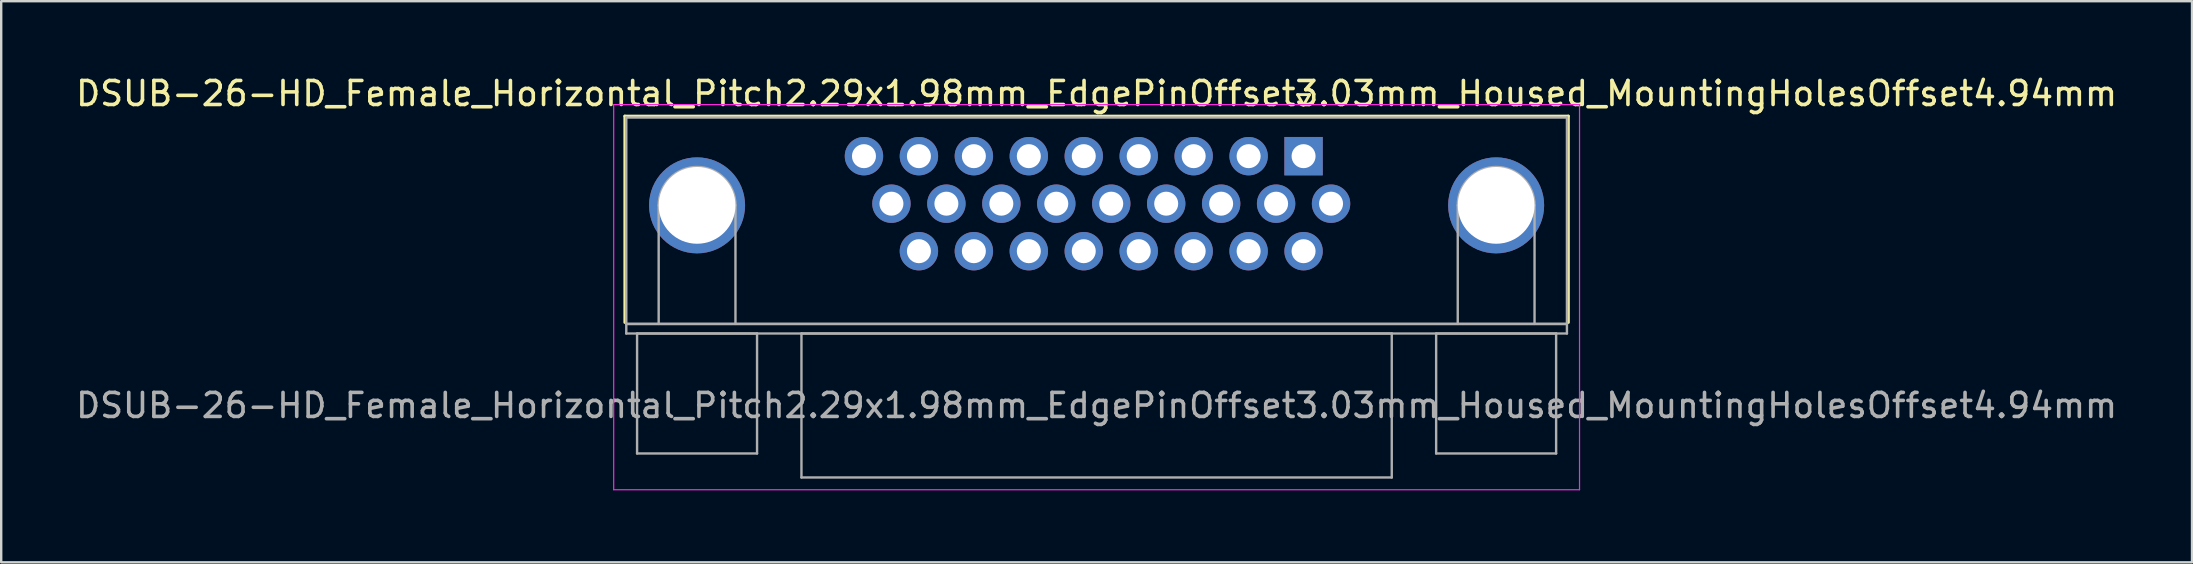
<source format=kicad_pcb>
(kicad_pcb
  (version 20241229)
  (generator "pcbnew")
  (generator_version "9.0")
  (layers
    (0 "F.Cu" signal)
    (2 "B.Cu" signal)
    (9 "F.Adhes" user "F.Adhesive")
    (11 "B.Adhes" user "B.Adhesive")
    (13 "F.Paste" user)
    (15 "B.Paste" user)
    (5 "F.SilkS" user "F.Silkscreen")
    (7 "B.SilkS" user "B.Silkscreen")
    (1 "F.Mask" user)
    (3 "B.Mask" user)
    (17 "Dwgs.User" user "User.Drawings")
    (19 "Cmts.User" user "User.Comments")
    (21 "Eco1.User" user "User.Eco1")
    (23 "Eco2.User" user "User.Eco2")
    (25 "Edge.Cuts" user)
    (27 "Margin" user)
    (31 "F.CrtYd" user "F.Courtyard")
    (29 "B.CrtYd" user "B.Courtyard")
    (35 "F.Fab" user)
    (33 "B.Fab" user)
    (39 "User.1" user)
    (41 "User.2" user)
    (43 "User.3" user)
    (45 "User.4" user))
  (footprint "DSUB-26-HD_Female_Horizontal_Pitch2.29x1.98mm_EdgePinOffset3.03mm_Housed_MountingHolesOffset4.94mm"
    (layer "F.Cu")
    (at 51.274 3.458)
    (property "Reference" "DSUB-26-HD_Female_Horizontal_Pitch2.29x1.98mm_EdgePinOffset3.03mm_Housed_MountingHolesOffset4.94mm" (at -8.625 -2.61 0) (layer "F.SilkS") (effects (font (size 1 1) (thickness 0.15))))
    (attr through_hole)
    (fp_line (start -28.285 -1.67) (end 11.035 -1.67) (stroke (width 0.12) (type solid)) (layer "F.SilkS"))
    (fp_line (start -28.285 6.93) (end -28.285 -1.67) (stroke (width 0.12) (type solid)) (layer "F.SilkS"))
    (fp_line (start -0.25 -2.564) (end 0.25 -2.564) (stroke (width 0.12) (type solid)) (layer "F.SilkS"))
    (fp_line (start 0 -2.131) (end -0.25 -2.564) (stroke (width 0.12) (type solid)) (layer "F.SilkS"))
    (fp_line (start 0.25 -2.564) (end 0 -2.131) (stroke (width 0.12) (type solid)) (layer "F.SilkS"))
    (fp_line (start 11.035 -1.67) (end 11.035 6.93) (stroke (width 0.12) (type solid)) (layer "F.SilkS"))
    (fp_line (start -28.75 -2.15) (end -28.75 13.9) (stroke (width 0.05) (type solid)) (layer "F.CrtYd"))
    (fp_line (start -28.75 13.9) (end 11.5 13.9) (stroke (width 0.05) (type solid)) (layer "F.CrtYd"))
    (fp_line (start 11.5 -2.15) (end -28.75 -2.15) (stroke (width 0.05) (type solid)) (layer "F.CrtYd"))
    (fp_line (start 11.5 13.9) (end 11.5 -2.15) (stroke (width 0.05) (type solid)) (layer "F.CrtYd"))
    (fp_line (start -28.225 -1.61) (end -28.225 6.99) (stroke (width 0.1) (type solid)) (layer "F.Fab"))
    (fp_line (start -28.225 6.99) (end -28.225 7.39) (stroke (width 0.1) (type solid)) (layer "F.Fab"))
    (fp_line (start -28.225 6.99) (end 10.975 6.99) (stroke (width 0.1) (type solid)) (layer "F.Fab"))
    (fp_line (start -28.225 7.39) (end 10.975 7.39) (stroke (width 0.1) (type solid)) (layer "F.Fab"))
    (fp_line (start -27.775 7.39) (end -27.775 12.39) (stroke (width 0.1) (type solid)) (layer "F.Fab"))
    (fp_line (start -27.775 12.39) (end -22.775 12.39) (stroke (width 0.1) (type solid)) (layer "F.Fab"))
    (fp_line (start -26.875 6.99) (end -26.875 2.05) (stroke (width 0.1) (type solid)) (layer "F.Fab"))
    (fp_line (start -23.675 6.99) (end -23.675 2.05) (stroke (width 0.1) (type solid)) (layer "F.Fab"))
    (fp_line (start -22.775 7.39) (end -27.775 7.39) (stroke (width 0.1) (type solid)) (layer "F.Fab"))
    (fp_line (start -22.775 12.39) (end -22.775 7.39) (stroke (width 0.1) (type solid)) (layer "F.Fab"))
    (fp_line (start -20.925 7.39) (end -20.925 13.39) (stroke (width 0.1) (type solid)) (layer "F.Fab"))
    (fp_line (start -20.925 13.39) (end 3.675 13.39) (stroke (width 0.1) (type solid)) (layer "F.Fab"))
    (fp_line (start 3.675 7.39) (end -20.925 7.39) (stroke (width 0.1) (type solid)) (layer "F.Fab"))
    (fp_line (start 3.675 13.39) (end 3.675 7.39) (stroke (width 0.1) (type solid)) (layer "F.Fab"))
    (fp_line (start 5.525 7.39) (end 5.525 12.39) (stroke (width 0.1) (type solid)) (layer "F.Fab"))
    (fp_line (start 5.525 12.39) (end 10.525 12.39) (stroke (width 0.1) (type solid)) (layer "F.Fab"))
    (fp_line (start 6.425 6.99) (end 6.425 2.05) (stroke (width 0.1) (type solid)) (layer "F.Fab"))
    (fp_line (start 9.625 6.99) (end 9.625 2.05) (stroke (width 0.1) (type solid)) (layer "F.Fab"))
    (fp_line (start 10.525 7.39) (end 5.525 7.39) (stroke (width 0.1) (type solid)) (layer "F.Fab"))
    (fp_line (start 10.525 12.39) (end 10.525 7.39) (stroke (width 0.1) (type solid)) (layer "F.Fab"))
    (fp_line (start 10.975 -1.61) (end -28.225 -1.61) (stroke (width 0.1) (type solid)) (layer "F.Fab"))
    (fp_line (start 10.975 6.99) (end -28.225 6.99) (stroke (width 0.1) (type solid)) (layer "F.Fab"))
    (fp_line (start 10.975 6.99) (end 10.975 -1.61) (stroke (width 0.1) (type solid)) (layer "F.Fab"))
    (fp_line (start 10.975 7.39) (end 10.975 6.99) (stroke (width 0.1) (type solid)) (layer "F.Fab"))
    (fp_arc (start -26.875 2.05) (mid -25.275 0.45) (end -23.675 2.05) (stroke (width 0.1) (type solid)) (layer "F.Fab"))
    (fp_arc (start 6.425 2.05) (mid 8.025 0.45) (end 9.625 2.05) (stroke (width 0.1) (type solid)) (layer "F.Fab"))
    (fp_text user "${REFERENCE}" (at -8.625 10.39 0) (layer "F.Fab") (effects (font (size 1 1) (thickness 0.15))))
    (pad "0" thru_hole circle (at -25.275 2.05) (size 4 4) (drill 3.2) (layers "*.Cu" "*.Mask"))
    (pad "0" thru_hole circle (at 8.025 2.05) (size 4 4) (drill 3.2) (layers "*.Cu" "*.Mask"))
    (pad "1" thru_hole rect (at 0 0) (size 1.6 1.6) (drill 1) (layers "*.Cu" "*.Mask"))
    (pad "2" thru_hole circle (at -2.29 0) (size 1.6 1.6) (drill 1) (layers "*.Cu" "*.Mask"))
    (pad "3" thru_hole circle (at -4.58 0) (size 1.6 1.6) (drill 1) (layers "*.Cu" "*.Mask"))
    (pad "4" thru_hole circle (at -6.87 0) (size 1.6 1.6) (drill 1) (layers "*.Cu" "*.Mask"))
    (pad "5" thru_hole circle (at -9.16 0) (size 1.6 1.6) (drill 1) (layers "*.Cu" "*.Mask"))
    (pad "6" thru_hole circle (at -11.45 0) (size 1.6 1.6) (drill 1) (layers "*.Cu" "*.Mask"))
    (pad "7" thru_hole circle (at -13.74 0) (size 1.6 1.6) (drill 1) (layers "*.Cu" "*.Mask"))
    (pad "8" thru_hole circle (at -16.03 0) (size 1.6 1.6) (drill 1) (layers "*.Cu" "*.Mask"))
    (pad "9" thru_hole circle (at -18.32 0) (size 1.6 1.6) (drill 1) (layers "*.Cu" "*.Mask"))
    (pad "10" thru_hole circle (at 1.145 1.98) (size 1.6 1.6) (drill 1) (layers "*.Cu" "*.Mask"))
    (pad "11" thru_hole circle (at -1.145 1.98) (size 1.6 1.6) (drill 1) (layers "*.Cu" "*.Mask"))
    (pad "12" thru_hole circle (at -3.435 1.98) (size 1.6 1.6) (drill 1) (layers "*.Cu" "*.Mask"))
    (pad "13" thru_hole circle (at -5.725 1.98) (size 1.6 1.6) (drill 1) (layers "*.Cu" "*.Mask"))
    (pad "14" thru_hole circle (at -8.015 1.98) (size 1.6 1.6) (drill 1) (layers "*.Cu" "*.Mask"))
    (pad "15" thru_hole circle (at -10.305 1.98) (size 1.6 1.6) (drill 1) (layers "*.Cu" "*.Mask"))
    (pad "16" thru_hole circle (at -12.595 1.98) (size 1.6 1.6) (drill 1) (layers "*.Cu" "*.Mask"))
    (pad "17" thru_hole circle (at -14.885 1.98) (size 1.6 1.6) (drill 1) (layers "*.Cu" "*.Mask"))
    (pad "18" thru_hole circle (at -17.175 1.98) (size 1.6 1.6) (drill 1) (layers "*.Cu" "*.Mask"))
    (pad "19" thru_hole circle (at 0 3.96) (size 1.6 1.6) (drill 1) (layers "*.Cu" "*.Mask"))
    (pad "20" thru_hole circle (at -2.29 3.96) (size 1.6 1.6) (drill 1) (layers "*.Cu" "*.Mask"))
    (pad "21" thru_hole circle (at -4.58 3.96) (size 1.6 1.6) (drill 1) (layers "*.Cu" "*.Mask"))
    (pad "22" thru_hole circle (at -6.87 3.96) (size 1.6 1.6) (drill 1) (layers "*.Cu" "*.Mask"))
    (pad "23" thru_hole circle (at -9.16 3.96) (size 1.6 1.6) (drill 1) (layers "*.Cu" "*.Mask"))
    (pad "24" thru_hole circle (at -11.45 3.96) (size 1.6 1.6) (drill 1) (layers "*.Cu" "*.Mask"))
    (pad "25" thru_hole circle (at -13.74 3.96) (size 1.6 1.6) (drill 1) (layers "*.Cu" "*.Mask"))
    (pad "26" thru_hole circle (at -16.03 3.96) (size 1.6 1.6) (drill 1) (layers "*.Cu" "*.Mask")))
  (gr_rect
    (start -3 -3)
    (end 88.298 20.383)
    (stroke (width 0.1) (type default))
    (fill no)
    (layer "Edge.Cuts")))
</source>
